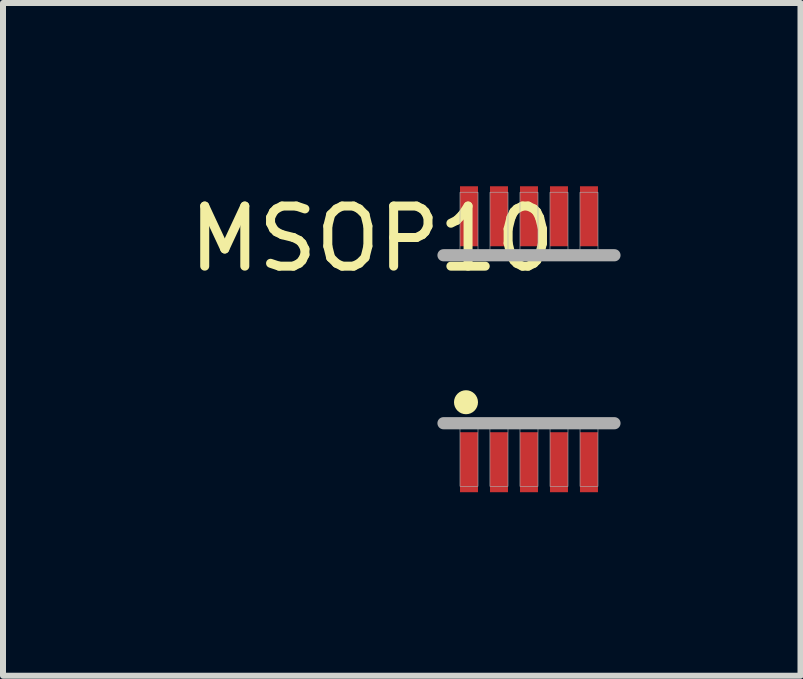
<source format=kicad_pcb>
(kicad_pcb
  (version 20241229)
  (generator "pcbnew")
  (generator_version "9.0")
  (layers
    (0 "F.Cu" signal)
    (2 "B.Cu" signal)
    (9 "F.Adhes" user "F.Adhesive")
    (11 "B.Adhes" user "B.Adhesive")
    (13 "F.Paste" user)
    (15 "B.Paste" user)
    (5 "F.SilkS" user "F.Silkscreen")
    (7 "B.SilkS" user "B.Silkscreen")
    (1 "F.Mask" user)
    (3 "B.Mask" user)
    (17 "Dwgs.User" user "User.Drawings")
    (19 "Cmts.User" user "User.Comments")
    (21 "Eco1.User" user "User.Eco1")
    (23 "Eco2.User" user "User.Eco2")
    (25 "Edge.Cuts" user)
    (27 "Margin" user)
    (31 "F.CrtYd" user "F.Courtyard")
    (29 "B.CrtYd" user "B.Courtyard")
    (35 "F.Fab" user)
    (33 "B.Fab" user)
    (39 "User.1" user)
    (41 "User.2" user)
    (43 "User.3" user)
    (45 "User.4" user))
  (footprint "MSOP10"
    (layer "F.Cu")
    (at 5.768 2.605)
    (property "Reference" "MSOP10" (at -2.614 -1.674 180) (layer "F.SilkS") (effects (font (size 1.002 1.002) (thickness 0.15))))
    (attr smd)
    (fp_poly (pts (xy -1.201 1.5) (xy -0.8 1.5) (xy -0.8 2.603) (xy -1.201 2.603)) (stroke (width 0.01) (type solid)) (fill yes) (layer "F.Mask"))
    (fp_poly (pts (xy -0.8 -1.502) (xy -1.202 -1.502) (xy -1.202 -2.6) (xy -0.8 -2.6)) (stroke (width 0.01) (type solid)) (fill yes) (layer "F.Mask"))
    (fp_poly (pts (xy -0.701 1.5) (xy -0.3 1.5) (xy -0.3 2.604) (xy -0.701 2.604)) (stroke (width 0.01) (type solid)) (fill yes) (layer "F.Mask"))
    (fp_poly (pts (xy -0.3 -1.501) (xy -0.7 -1.501) (xy -0.7 -2.6) (xy -0.3 -2.6)) (stroke (width 0.01) (type solid)) (fill yes) (layer "F.Mask"))
    (fp_poly (pts (xy -0.2 1.5) (xy 0.2 1.5) (xy 0.2 2.604) (xy -0.2 2.604)) (stroke (width 0.01) (type solid)) (fill yes) (layer "F.Mask"))
    (fp_poly (pts (xy 0.2 -1.502) (xy -0.2 -1.502) (xy -0.2 -2.6) (xy 0.2 -2.6)) (stroke (width 0.01) (type solid)) (fill yes) (layer "F.Mask"))
    (fp_poly (pts (xy 0.3 1.5) (xy 0.7 1.5) (xy 0.7 2.604) (xy 0.3 2.604)) (stroke (width 0.01) (type solid)) (fill yes) (layer "F.Mask"))
    (fp_poly (pts (xy 0.7 -1.5) (xy 0.3 -1.5) (xy 0.3 -2.6) (xy 0.7 -2.6)) (stroke (width 0.01) (type solid)) (fill yes) (layer "F.Mask"))
    (fp_poly (pts (xy 0.8 1.5) (xy 1.2 1.5) (xy 1.2 2.602) (xy 0.8 2.602)) (stroke (width 0.01) (type solid)) (fill yes) (layer "F.Mask"))
    (fp_poly (pts (xy 1.2 -1.501) (xy 0.8 -1.501) (xy 0.8 -2.6) (xy 1.2 -2.6)) (stroke (width 0.01) (type solid)) (fill yes) (layer "F.Mask"))
    (fp_circle (center -1.05 1.05) (end -0.85 1.05) (stroke (width 0) (type solid)) (fill yes) (layer "F.SilkS"))
    (fp_poly (pts (xy -1.127 1.625) (xy -0.875 1.625) (xy -0.875 2.504) (xy -1.127 2.504)) (stroke (width 0.01) (type solid)) (fill yes) (layer "F.Paste"))
    (fp_poly (pts (xy -0.875 -1.626) (xy -1.125 -1.626) (xy -1.125 -2.5) (xy -0.875 -2.5)) (stroke (width 0.01) (type solid)) (fill yes) (layer "F.Paste"))
    (fp_poly (pts (xy -0.625 1.625) (xy -0.375 1.625) (xy -0.375 2.502) (xy -0.625 2.502)) (stroke (width 0.01) (type solid)) (fill yes) (layer "F.Paste"))
    (fp_poly (pts (xy -0.375 -1.625) (xy -0.625 -1.625) (xy -0.625 -2.5) (xy -0.375 -2.5)) (stroke (width 0.01) (type solid)) (fill yes) (layer "F.Paste"))
    (fp_poly (pts (xy -0.125 1.625) (xy 0.125 1.625) (xy 0.125 2.5) (xy -0.125 2.5)) (stroke (width 0.01) (type solid)) (fill yes) (layer "F.Paste"))
    (fp_poly (pts (xy 0.125 -1.626) (xy -0.125 -1.626) (xy -0.125 -2.5) (xy 0.125 -2.5)) (stroke (width 0.01) (type solid)) (fill yes) (layer "F.Paste"))
    (fp_poly (pts (xy 0.376 1.625) (xy 0.625 1.625) (xy 0.625 2.504) (xy 0.376 2.504)) (stroke (width 0.01) (type solid)) (fill yes) (layer "F.Paste"))
    (fp_poly (pts (xy 0.625 -1.627) (xy 0.376 -1.627) (xy 0.376 -2.5) (xy 0.625 -2.5)) (stroke (width 0.01) (type solid)) (fill yes) (layer "F.Paste"))
    (fp_poly (pts (xy 0.875 1.625) (xy 1.125 1.625) (xy 1.125 2.501) (xy 0.875 2.501)) (stroke (width 0.01) (type solid)) (fill yes) (layer "F.Paste"))
    (fp_poly (pts (xy 1.125 -1.626) (xy 0.875 -1.626) (xy 0.875 -2.5) (xy 1.125 -2.5)) (stroke (width 0.01) (type solid)) (fill yes) (layer "F.Paste"))
    (fp_line (start -1.425 1.4) (end 1.425 1.4) (stroke (width 0.203) (type solid)) (layer "F.Fab"))
    (fp_line (start 1.425 -1.4) (end -1.425 -1.4) (stroke (width 0.203) (type solid)) (layer "F.Fab"))
    (fp_poly (pts (xy -1.15 1.475) (xy -0.85 1.475) (xy -0.85 2.451) (xy -1.15 2.451)) (stroke (width 0.01) (type solid)) (fill no) (layer "F.Fab"))
    (fp_poly (pts (xy -0.85 -1.476) (xy -1.15 -1.476) (xy -1.15 -2.45) (xy -0.85 -2.45)) (stroke (width 0.01) (type solid)) (fill no) (layer "F.Fab"))
    (fp_poly (pts (xy -0.651 1.475) (xy -0.35 1.475) (xy -0.35 2.452) (xy -0.651 2.452)) (stroke (width 0.01) (type solid)) (fill no) (layer "F.Fab"))
    (fp_poly (pts (xy -0.35 -1.476) (xy -0.65 -1.476) (xy -0.65 -2.45) (xy -0.35 -2.45)) (stroke (width 0.01) (type solid)) (fill no) (layer "F.Fab"))
    (fp_poly (pts (xy -0.15 1.475) (xy 0.15 1.475) (xy 0.15 2.453) (xy -0.15 2.453)) (stroke (width 0.01) (type solid)) (fill no) (layer "F.Fab"))
    (fp_poly (pts (xy 0.15 -1.476) (xy -0.15 -1.476) (xy -0.15 -2.45) (xy 0.15 -2.45)) (stroke (width 0.01) (type solid)) (fill no) (layer "F.Fab"))
    (fp_poly (pts (xy 0.351 1.475) (xy 0.65 1.475) (xy 0.65 2.454) (xy 0.351 2.454)) (stroke (width 0.01) (type solid)) (fill no) (layer "F.Fab"))
    (fp_poly (pts (xy 0.65 -1.476) (xy 0.35 -1.476) (xy 0.35 -2.45) (xy 0.65 -2.45)) (stroke (width 0.01) (type solid)) (fill no) (layer "F.Fab"))
    (fp_poly (pts (xy 0.851 1.475) (xy 1.15 1.475) (xy 1.15 2.452) (xy 0.851 2.452)) (stroke (width 0.01) (type solid)) (fill no) (layer "F.Fab"))
    (fp_poly (pts (xy 1.15 -1.476) (xy 0.85 -1.476) (xy 0.85 -2.45) (xy 1.15 -2.45)) (stroke (width 0.01) (type solid)) (fill no) (layer "F.Fab"))
    (pad "1" smd rect (at -1 2.05) (size 0.3 1) (layers "F.Cu"))
    (pad "2" smd rect (at -0.5 2.05) (size 0.3 1) (layers "F.Cu"))
    (pad "3" smd rect (at 0 2.05) (size 0.3 1) (layers "F.Cu"))
    (pad "4" smd rect (at 0.5 2.05) (size 0.3 1) (layers "F.Cu"))
    (pad "5" smd rect (at 1 2.05) (size 0.3 1) (layers "F.Cu"))
    (pad "6" smd rect (at 1 -2.05) (size 0.3 1) (layers "F.Cu"))
    (pad "7" smd rect (at 0.5 -2.05) (size 0.3 1) (layers "F.Cu"))
    (pad "8" smd rect (at 0 -2.05) (size 0.3 1) (layers "F.Cu"))
    (pad "9" smd rect (at -0.5 -2.05) (size 0.3 1) (layers "F.Cu"))
    (pad "10" smd rect (at -1 -2.05) (size 0.3 1) (layers "F.Cu")))
  (gr_rect
    (start -3 -3)
    (end 10.294 8.214)
    (stroke (width 0.1) (type default))
    (fill no)
    (layer "Edge.Cuts")))
</source>
